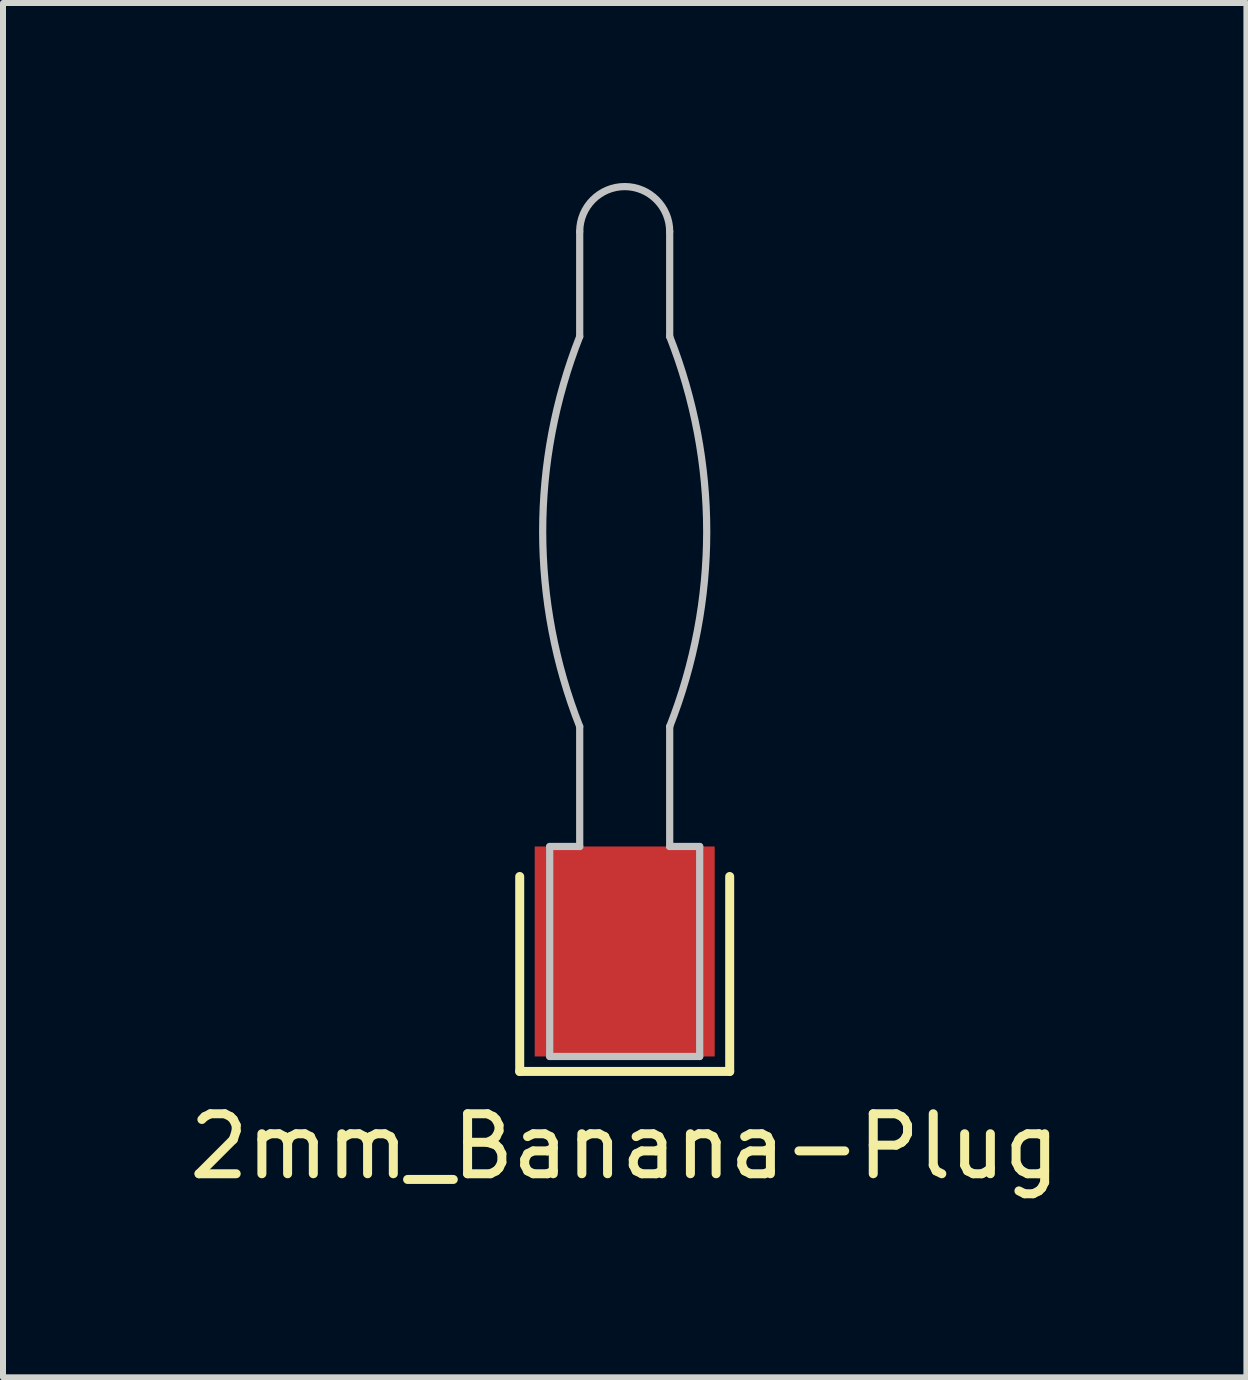
<source format=kicad_pcb>
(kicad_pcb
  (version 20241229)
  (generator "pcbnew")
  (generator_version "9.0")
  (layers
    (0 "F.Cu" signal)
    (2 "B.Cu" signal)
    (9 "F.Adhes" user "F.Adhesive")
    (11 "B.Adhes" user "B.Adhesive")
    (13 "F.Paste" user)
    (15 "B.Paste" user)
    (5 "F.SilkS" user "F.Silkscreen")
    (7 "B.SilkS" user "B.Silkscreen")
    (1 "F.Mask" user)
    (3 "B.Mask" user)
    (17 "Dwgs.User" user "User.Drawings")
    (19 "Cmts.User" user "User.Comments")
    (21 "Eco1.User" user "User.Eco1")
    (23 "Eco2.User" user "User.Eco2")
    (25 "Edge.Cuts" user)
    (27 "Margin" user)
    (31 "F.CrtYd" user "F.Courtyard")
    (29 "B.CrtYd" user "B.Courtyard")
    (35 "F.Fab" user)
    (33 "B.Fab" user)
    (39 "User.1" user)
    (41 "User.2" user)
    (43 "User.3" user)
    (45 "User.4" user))
  (footprint "2mm_Banana-Plug"
    (layer "F.Cu")
    (at 7.363 11.06)
    (property "Reference" "2mm_Banana-Plug" (at 0 5 0) (layer "F.SilkS") (effects (font (size 1 1) (thickness 0.15))))
    (attr through_hole)
    (fp_line (start -1.75 0.5) (end -1.75 3.75) (stroke (width 0.15) (type solid)) (layer "F.SilkS"))
    (fp_line (start -1.75 3.75) (end 1.75 3.75) (stroke (width 0.15) (type solid)) (layer "F.SilkS"))
    (fp_line (start 1.75 3.75) (end 1.75 0.5) (stroke (width 0.15) (type solid)) (layer "F.SilkS"))
    (fp_line (start -1.25 0) (end -1.25 3.5) (stroke (width 0.12) (type solid)) (layer "Dwgs.User"))
    (fp_line (start -1.25 3.5) (end 1.25 3.5) (stroke (width 0.12) (type solid)) (layer "Dwgs.User"))
    (fp_line (start -0.75 -8.5) (end -0.75 -10.25) (stroke (width 0.12) (type solid)) (layer "Dwgs.User"))
    (fp_line (start -0.75 0) (end -1.25 0) (stroke (width 0.12) (type solid)) (layer "Dwgs.User"))
    (fp_line (start -0.75 0) (end -0.75 -2) (stroke (width 0.12) (type solid)) (layer "Dwgs.User"))
    (fp_line (start 0.75 -10.25) (end 0.75 -8.5) (stroke (width 0.12) (type solid)) (layer "Dwgs.User"))
    (fp_line (start 0.75 0) (end 0.75 -2) (stroke (width 0.12) (type solid)) (layer "Dwgs.User"))
    (fp_line (start 0.75 0) (end 1.25 0) (stroke (width 0.12) (type solid)) (layer "Dwgs.User"))
    (fp_line (start 1.25 3.5) (end 1.25 0) (stroke (width 0.12) (type solid)) (layer "Dwgs.User"))
    (fp_arc (start -0.75 -10.25) (mid 0 -11) (end 0.75 -10.25) (stroke (width 0.12) (type solid)) (layer "Dwgs.User"))
    (fp_arc (start -0.749999 -2) (mid -1.367073 -5.25) (end -0.749999 -8.499999) (stroke (width 0.12) (type solid)) (layer "Dwgs.User"))
    (fp_arc (start 0.75 -8.499999) (mid 1.367074 -5.249999) (end 0.75 -2) (stroke (width 0.12) (type solid)) (layer "Dwgs.User"))
    (pad "1" smd rect (at 0 1.75) (size 3 3.5) (layers "F.Cu" "F.Mask" "F.Paste")))
  (gr_rect
    (start -3 -3)
    (end 17.726 19.908)
    (stroke (width 0.1) (type default))
    (fill no)
    (layer "Edge.Cuts")))
</source>
